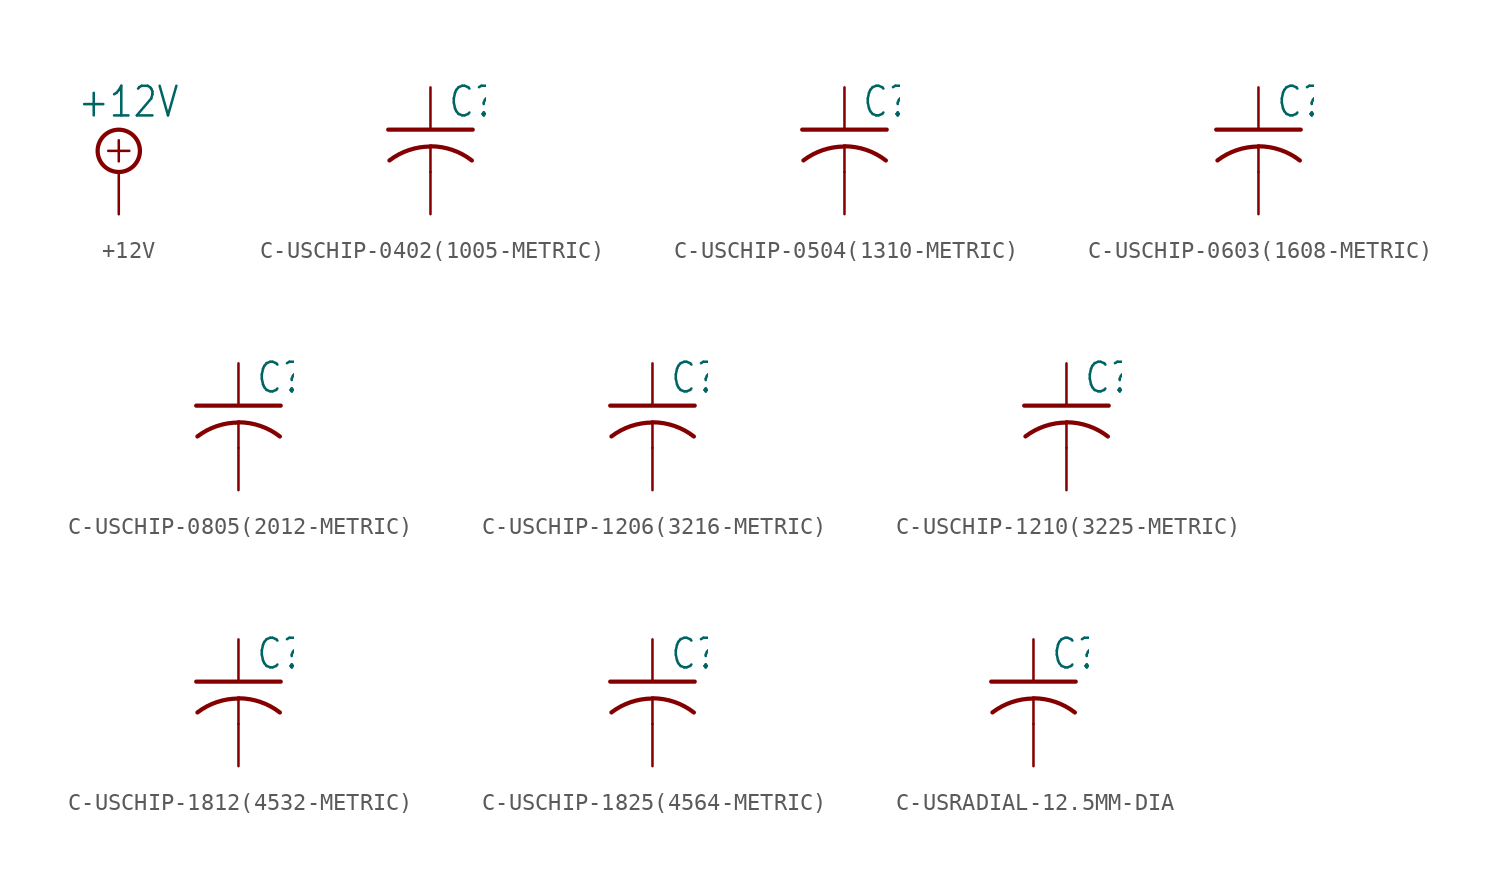
<source format=kicad_sym>
(kicad_symbol_lib
  (version 20220914)
  (generator kicad_symbol_editor)
  (symbol "+12V"
    (power)
    (property "Reference" "#SUPPLY"
      (at 0 0 0)
      (effects (font (size 1.27 1.27)) hide))
    (property "Value" "+12V"
      (at -2.54 3.175 0)
      (effects (font (size 1.778 1.511)) (justify left bottom)))
    (property "ki_locked" ""
      (at 0 0 0)
      (effects (font (size 1.27 1.27))))
    (symbol "+12V_1_0"
      (polyline (pts (xy -0.635 1.27) (xy 0.635 1.27)) (stroke (width 0.152) (type solid)) (fill (type none)))
      (polyline (pts (xy 0 1.905) (xy 0 0.635)) (stroke (width 0.152) (type solid)) (fill (type none)))
      (circle (center 0 1.27) (radius 1.27) (stroke (width 0.254) (type solid)) (fill (type none)))
      (pin power_in line (at 0 -2.54 90) (length 2.54) (name "+12V" (effects (font (size 0 0)))) (number "1" (effects (font (size 0 0)))))))
  (symbol "C-USCHIP-0402(1005-METRIC)"
    (property "Reference" "C"
      (at 1.016 0.635 0)
      (effects (font (size 1.778 1.511)) (justify left bottom)))
    (property "Value" ""
      (at 1.016 -4.191 0)
      (effects (font (size 1.778 1.511)) (justify left bottom)))
    (property "ki_locked" ""
      (at 0 0 0)
      (effects (font (size 1.27 1.27))))
    (symbol "C-USCHIP-0402(1005-METRIC)_1_0"
      (arc (start 0 -1.0161) (mid -1.302 -1.2303) (end -2.4668 -1.8504) (stroke (width 0.254) (type solid)) (fill (type none)))
      (polyline (pts (xy -2.54 0) (xy 2.54 0)) (stroke (width 0.254) (type solid)) (fill (type none)))
      (polyline (pts (xy 0 -1.016) (xy 0 -2.54)) (stroke (width 0.152) (type solid)) (fill (type none)))
      (arc (start 2.4892 -1.8541) (mid 1.3158 -1.2194) (end 0 -1) (stroke (width 0.254) (type solid)) (fill (type none)))
      (pin passive line (at 0 2.54 270) (length 2.54) (name "1" (effects (font (size 0 0)))) (number "1" (effects (font (size 0 0)))))
      (pin passive line (at 0 -5.08 90) (length 2.54) (name "2" (effects (font (size 0 0)))) (number "2" (effects (font (size 0 0)))))))
  (symbol "C-USCHIP-0504(1310-METRIC)"
    (property "Reference" "C"
      (at 1.016 0.635 0)
      (effects (font (size 1.778 1.511)) (justify left bottom)))
    (property "Value" ""
      (at 1.016 -4.191 0)
      (effects (font (size 1.778 1.511)) (justify left bottom)))
    (property "ki_locked" ""
      (at 0 0 0)
      (effects (font (size 1.27 1.27))))
    (symbol "C-USCHIP-0504(1310-METRIC)_1_0"
      (arc (start 0 -1.0161) (mid -1.302 -1.2303) (end -2.4668 -1.8504) (stroke (width 0.254) (type solid)) (fill (type none)))
      (polyline (pts (xy -2.54 0) (xy 2.54 0)) (stroke (width 0.254) (type solid)) (fill (type none)))
      (polyline (pts (xy 0 -1.016) (xy 0 -2.54)) (stroke (width 0.152) (type solid)) (fill (type none)))
      (arc (start 2.4892 -1.8541) (mid 1.3158 -1.2194) (end 0 -1) (stroke (width 0.254) (type solid)) (fill (type none)))
      (pin passive line (at 0 2.54 270) (length 2.54) (name "1" (effects (font (size 0 0)))) (number "1" (effects (font (size 0 0)))))
      (pin passive line (at 0 -5.08 90) (length 2.54) (name "2" (effects (font (size 0 0)))) (number "2" (effects (font (size 0 0)))))))
  (symbol "C-USCHIP-0603(1608-METRIC)"
    (property "Reference" "C"
      (at 1.016 0.635 0)
      (effects (font (size 1.778 1.511)) (justify left bottom)))
    (property "Value" ""
      (at 1.016 -4.191 0)
      (effects (font (size 1.778 1.511)) (justify left bottom)))
    (property "ki_locked" ""
      (at 0 0 0)
      (effects (font (size 1.27 1.27))))
    (symbol "C-USCHIP-0603(1608-METRIC)_1_0"
      (arc (start 0 -1.0161) (mid -1.302 -1.2303) (end -2.4668 -1.8504) (stroke (width 0.254) (type solid)) (fill (type none)))
      (polyline (pts (xy -2.54 0) (xy 2.54 0)) (stroke (width 0.254) (type solid)) (fill (type none)))
      (polyline (pts (xy 0 -1.016) (xy 0 -2.54)) (stroke (width 0.152) (type solid)) (fill (type none)))
      (arc (start 2.4892 -1.8541) (mid 1.3158 -1.2194) (end 0 -1) (stroke (width 0.254) (type solid)) (fill (type none)))
      (pin passive line (at 0 2.54 270) (length 2.54) (name "1" (effects (font (size 0 0)))) (number "1" (effects (font (size 0 0)))))
      (pin passive line (at 0 -5.08 90) (length 2.54) (name "2" (effects (font (size 0 0)))) (number "2" (effects (font (size 0 0)))))))
  (symbol "C-USCHIP-0805(2012-METRIC)"
    (property "Reference" "C"
      (at 1.016 0.635 0)
      (effects (font (size 1.778 1.511)) (justify left bottom)))
    (property "Value" ""
      (at 1.016 -4.191 0)
      (effects (font (size 1.778 1.511)) (justify left bottom)))
    (property "ki_locked" ""
      (at 0 0 0)
      (effects (font (size 1.27 1.27))))
    (symbol "C-USCHIP-0805(2012-METRIC)_1_0"
      (arc (start 0 -1.0161) (mid -1.302 -1.2303) (end -2.4668 -1.8504) (stroke (width 0.254) (type solid)) (fill (type none)))
      (polyline (pts (xy -2.54 0) (xy 2.54 0)) (stroke (width 0.254) (type solid)) (fill (type none)))
      (polyline (pts (xy 0 -1.016) (xy 0 -2.54)) (stroke (width 0.152) (type solid)) (fill (type none)))
      (arc (start 2.4892 -1.8541) (mid 1.3158 -1.2194) (end 0 -1) (stroke (width 0.254) (type solid)) (fill (type none)))
      (pin passive line (at 0 2.54 270) (length 2.54) (name "1" (effects (font (size 0 0)))) (number "1" (effects (font (size 0 0)))))
      (pin passive line (at 0 -5.08 90) (length 2.54) (name "2" (effects (font (size 0 0)))) (number "2" (effects (font (size 0 0)))))))
  (symbol "C-USCHIP-1206(3216-METRIC)"
    (property "Reference" "C"
      (at 1.016 0.635 0)
      (effects (font (size 1.778 1.511)) (justify left bottom)))
    (property "Value" ""
      (at 1.016 -4.191 0)
      (effects (font (size 1.778 1.511)) (justify left bottom)))
    (property "ki_locked" ""
      (at 0 0 0)
      (effects (font (size 1.27 1.27))))
    (symbol "C-USCHIP-1206(3216-METRIC)_1_0"
      (arc (start 0 -1.0161) (mid -1.302 -1.2303) (end -2.4668 -1.8504) (stroke (width 0.254) (type solid)) (fill (type none)))
      (polyline (pts (xy -2.54 0) (xy 2.54 0)) (stroke (width 0.254) (type solid)) (fill (type none)))
      (polyline (pts (xy 0 -1.016) (xy 0 -2.54)) (stroke (width 0.152) (type solid)) (fill (type none)))
      (arc (start 2.4892 -1.8541) (mid 1.3158 -1.2194) (end 0 -1) (stroke (width 0.254) (type solid)) (fill (type none)))
      (pin passive line (at 0 2.54 270) (length 2.54) (name "1" (effects (font (size 0 0)))) (number "1" (effects (font (size 0 0)))))
      (pin passive line (at 0 -5.08 90) (length 2.54) (name "2" (effects (font (size 0 0)))) (number "2" (effects (font (size 0 0)))))))
  (symbol "C-USCHIP-1210(3225-METRIC)"
    (property "Reference" "C"
      (at 1.016 0.635 0)
      (effects (font (size 1.778 1.511)) (justify left bottom)))
    (property "Value" ""
      (at 1.016 -4.191 0)
      (effects (font (size 1.778 1.511)) (justify left bottom)))
    (property "ki_locked" ""
      (at 0 0 0)
      (effects (font (size 1.27 1.27))))
    (symbol "C-USCHIP-1210(3225-METRIC)_1_0"
      (arc (start 0 -1.0161) (mid -1.302 -1.2303) (end -2.4668 -1.8504) (stroke (width 0.254) (type solid)) (fill (type none)))
      (polyline (pts (xy -2.54 0) (xy 2.54 0)) (stroke (width 0.254) (type solid)) (fill (type none)))
      (polyline (pts (xy 0 -1.016) (xy 0 -2.54)) (stroke (width 0.152) (type solid)) (fill (type none)))
      (arc (start 2.4892 -1.8541) (mid 1.3158 -1.2194) (end 0 -1) (stroke (width 0.254) (type solid)) (fill (type none)))
      (pin passive line (at 0 2.54 270) (length 2.54) (name "1" (effects (font (size 0 0)))) (number "1" (effects (font (size 0 0)))))
      (pin passive line (at 0 -5.08 90) (length 2.54) (name "2" (effects (font (size 0 0)))) (number "2" (effects (font (size 0 0)))))))
  (symbol "C-USCHIP-1812(4532-METRIC)"
    (property "Reference" "C"
      (at 1.016 0.635 0)
      (effects (font (size 1.778 1.511)) (justify left bottom)))
    (property "Value" ""
      (at 1.016 -4.191 0)
      (effects (font (size 1.778 1.511)) (justify left bottom)))
    (property "ki_locked" ""
      (at 0 0 0)
      (effects (font (size 1.27 1.27))))
    (symbol "C-USCHIP-1812(4532-METRIC)_1_0"
      (arc (start 0 -1.0161) (mid -1.302 -1.2303) (end -2.4668 -1.8504) (stroke (width 0.254) (type solid)) (fill (type none)))
      (polyline (pts (xy -2.54 0) (xy 2.54 0)) (stroke (width 0.254) (type solid)) (fill (type none)))
      (polyline (pts (xy 0 -1.016) (xy 0 -2.54)) (stroke (width 0.152) (type solid)) (fill (type none)))
      (arc (start 2.4892 -1.8541) (mid 1.3158 -1.2194) (end 0 -1) (stroke (width 0.254) (type solid)) (fill (type none)))
      (pin passive line (at 0 2.54 270) (length 2.54) (name "1" (effects (font (size 0 0)))) (number "1" (effects (font (size 0 0)))))
      (pin passive line (at 0 -5.08 90) (length 2.54) (name "2" (effects (font (size 0 0)))) (number "2" (effects (font (size 0 0)))))))
  (symbol "C-USCHIP-1825(4564-METRIC)"
    (property "Reference" "C"
      (at 1.016 0.635 0)
      (effects (font (size 1.778 1.511)) (justify left bottom)))
    (property "Value" ""
      (at 1.016 -4.191 0)
      (effects (font (size 1.778 1.511)) (justify left bottom)))
    (property "ki_locked" ""
      (at 0 0 0)
      (effects (font (size 1.27 1.27))))
    (symbol "C-USCHIP-1825(4564-METRIC)_1_0"
      (arc (start 0 -1.0161) (mid -1.302 -1.2303) (end -2.4668 -1.8504) (stroke (width 0.254) (type solid)) (fill (type none)))
      (polyline (pts (xy -2.54 0) (xy 2.54 0)) (stroke (width 0.254) (type solid)) (fill (type none)))
      (polyline (pts (xy 0 -1.016) (xy 0 -2.54)) (stroke (width 0.152) (type solid)) (fill (type none)))
      (arc (start 2.4892 -1.8541) (mid 1.3158 -1.2194) (end 0 -1) (stroke (width 0.254) (type solid)) (fill (type none)))
      (pin passive line (at 0 2.54 270) (length 2.54) (name "1" (effects (font (size 0 0)))) (number "1" (effects (font (size 0 0)))))
      (pin passive line (at 0 -5.08 90) (length 2.54) (name "2" (effects (font (size 0 0)))) (number "2" (effects (font (size 0 0)))))))
  (symbol "C-USRADIAL-12.5MM-DIA"
    (property "Reference" "C"
      (at 1.016 0.635 0)
      (effects (font (size 1.778 1.511)) (justify left bottom)))
    (property "Value" ""
      (at 1.016 -4.191 0)
      (effects (font (size 1.778 1.511)) (justify left bottom)))
    (property "ki_locked" ""
      (at 0 0 0)
      (effects (font (size 1.27 1.27))))
    (symbol "C-USRADIAL-12.5MM-DIA_1_0"
      (arc (start 0 -1.0161) (mid -1.302 -1.2303) (end -2.4668 -1.8504) (stroke (width 0.254) (type solid)) (fill (type none)))
      (polyline (pts (xy -2.54 0) (xy 2.54 0)) (stroke (width 0.254) (type solid)) (fill (type none)))
      (polyline (pts (xy 0 -1.016) (xy 0 -2.54)) (stroke (width 0.152) (type solid)) (fill (type none)))
      (arc (start 2.4892 -1.8541) (mid 1.3158 -1.2194) (end 0 -1) (stroke (width 0.254) (type solid)) (fill (type none)))
      (pin passive line (at 0 2.54 270) (length 2.54) (name "1" (effects (font (size 0 0)))) (number "1" (effects (font (size 0 0)))))
      (pin passive line (at 0 -5.08 90) (length 2.54) (name "2" (effects (font (size 0 0)))) (number "2" (effects (font (size 0 0))))))))
</source>
